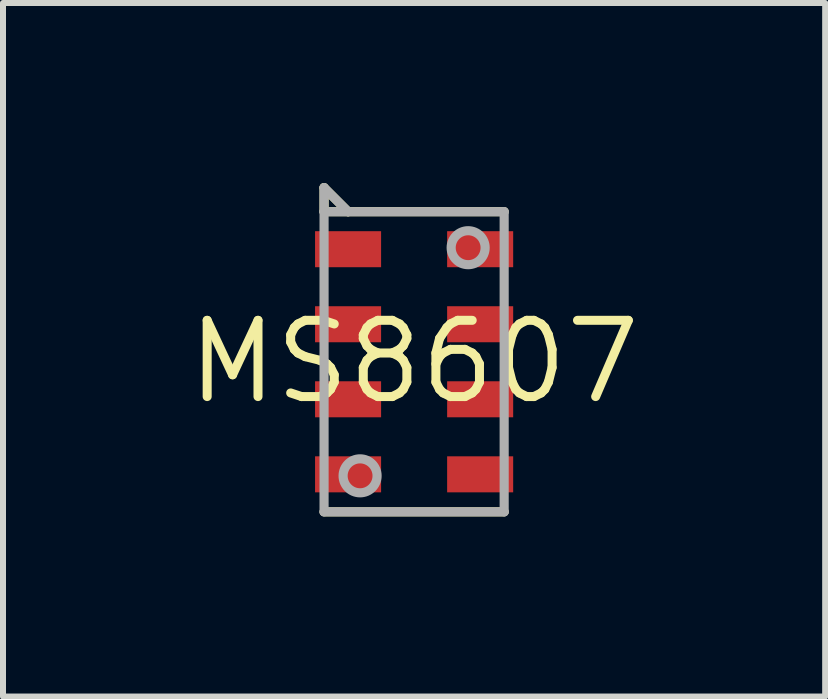
<source format=kicad_pcb>
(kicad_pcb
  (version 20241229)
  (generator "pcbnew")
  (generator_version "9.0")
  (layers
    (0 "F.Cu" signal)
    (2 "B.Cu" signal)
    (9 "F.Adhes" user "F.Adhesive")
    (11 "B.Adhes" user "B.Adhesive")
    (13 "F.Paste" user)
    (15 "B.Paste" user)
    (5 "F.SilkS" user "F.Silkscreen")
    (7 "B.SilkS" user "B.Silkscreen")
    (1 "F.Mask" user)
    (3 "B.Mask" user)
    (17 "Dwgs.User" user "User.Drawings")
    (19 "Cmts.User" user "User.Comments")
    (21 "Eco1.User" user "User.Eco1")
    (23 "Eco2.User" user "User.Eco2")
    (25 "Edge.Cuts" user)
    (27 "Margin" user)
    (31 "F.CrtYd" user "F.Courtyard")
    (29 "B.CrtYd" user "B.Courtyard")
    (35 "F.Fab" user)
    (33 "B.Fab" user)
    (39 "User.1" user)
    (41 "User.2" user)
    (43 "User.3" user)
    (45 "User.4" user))
  (footprint "MS8607"
    (layer "F.Cu")
    (at 3.848 2.976)
    (property "Reference" "MS8607" (at 0 0 0) (layer "F.SilkS") (effects (font (size 1.27 1.27) (thickness 0.15))))
    (fp_line (start -1.5 -2.9) (end -1.1 -2.5) (stroke (width 0.152) (type solid)) (layer "F.SilkS"))
    (fp_line (start -1.5 -2.5) (end -1.5 -2.9) (stroke (width 0.152) (type solid)) (layer "F.SilkS"))
    (fp_line (start -1.5 2.5) (end 1.5 2.5) (stroke (width 0.152) (type solid)) (layer "F.SilkS"))
    (fp_line (start -1.1 -2.5) (end -1.5 -2.5) (stroke (width 0.152) (type solid)) (layer "F.SilkS"))
    (fp_line (start 1.5 -2.5) (end -1.1 -2.5) (stroke (width 0.152) (type solid)) (layer "F.SilkS"))
    (fp_line (start -1.5 -2.9) (end -1.1 -2.5) (stroke (width 0.152) (type solid)) (layer "F.Fab"))
    (fp_line (start -1.5 -2.5) (end -1.5 -2.9) (stroke (width 0.152) (type solid)) (layer "F.Fab"))
    (fp_line (start -1.5 -2.5) (end -1.1 -2.5) (stroke (width 0.152) (type solid)) (layer "F.Fab"))
    (fp_line (start -1.5 2.5) (end -1.5 -2.5) (stroke (width 0.152) (type solid)) (layer "F.Fab"))
    (fp_line (start -1.1 -2.5) (end 1.5 -2.5) (stroke (width 0.152) (type solid)) (layer "F.Fab"))
    (fp_line (start 1.5 -2.5) (end 1.5 2.5) (stroke (width 0.152) (type solid)) (layer "F.Fab"))
    (fp_line (start 1.5 2.5) (end -1.5 2.5) (stroke (width 0.152) (type solid)) (layer "F.Fab"))
    (fp_circle (center -0.9 1.9) (end -0.617 1.9) (stroke (width 0.152) (type solid)) (fill no) (layer "F.Fab"))
    (fp_circle (center 0.9 -1.9) (end 1.183 -1.9) (stroke (width 0.152) (type solid)) (fill no) (layer "F.Fab"))
    (pad "1" smd rect (at -1.1 -1.875) (size 1.1 0.6) (layers "F.Cu" "F.Mask" "F.Paste"))
    (pad "2" smd rect (at -1.1 -0.625) (size 1.1 0.6) (layers "F.Cu" "F.Mask" "F.Paste"))
    (pad "3" smd rect (at -1.1 0.625) (size 1.1 0.6) (layers "F.Cu" "F.Mask" "F.Paste"))
    (pad "4" smd rect (at -1.1 1.875) (size 1.1 0.6) (layers "F.Cu" "F.Mask" "F.Paste"))
    (pad "5" smd rect (at 1.1 1.875 180) (size 1.1 0.6) (layers "F.Cu" "F.Mask" "F.Paste"))
    (pad "6" smd rect (at 1.1 0.625 180) (size 1.1 0.6) (layers "F.Cu" "F.Mask" "F.Paste"))
    (pad "7" smd rect (at 1.1 -0.625 180) (size 1.1 0.6) (layers "F.Cu" "F.Mask" "F.Paste"))
    (pad "8" smd rect (at 1.1 -1.875 180) (size 1.1 0.6) (layers "F.Cu" "F.Mask" "F.Paste")))
  (gr_rect
    (start -3 -3)
    (end 10.695 8.552)
    (stroke (width 0.1) (type default))
    (fill no)
    (layer "Edge.Cuts")))
</source>
